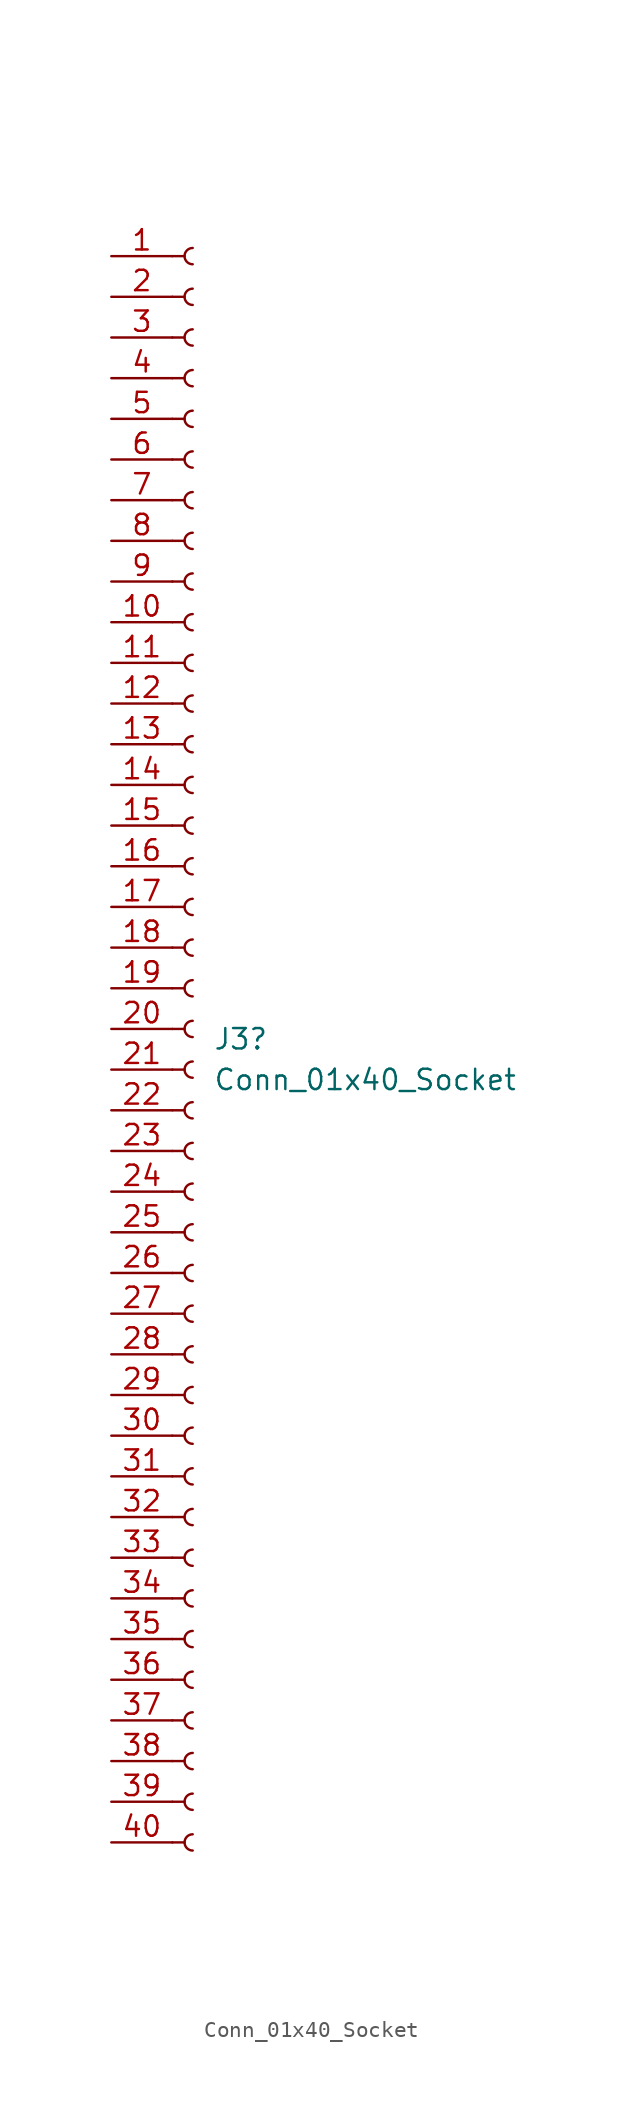
<source format=kicad_sym>
(kicad_symbol_lib
  (version 20220914)
  (generator kicad_symbol_editor)
  (symbol "Conn_01x40_Socket"
    (pin_names
      (offset 1.016) hide)
    (property "Reference" "J3"
      (at 1.27 -0.635 0)
      (effects (font (size 1.27 1.27)) (justify left)))
    (property "Value" "Conn_01x40_Socket"
      (at 1.27 -3.175 0)
      (effects (font (size 1.27 1.27)) (justify left)))
    (property "ki_locked" ""
      (at 0 0 0)
      (effects (font (size 1.27 1.27))))
    (symbol "Conn_01x40_Socket_1_1"
      (arc (start 0 -50.292) (mid -0.5058 -50.8) (end 0 -51.308) (stroke (width 0.1524) (type default)) (fill (type none)))
      (arc (start 0 -47.752) (mid -0.5058 -48.26) (end 0 -48.768) (stroke (width 0.1524) (type default)) (fill (type none)))
      (arc (start 0 -45.212) (mid -0.5058 -45.72) (end 0 -46.228) (stroke (width 0.1524) (type default)) (fill (type none)))
      (arc (start 0 -42.672) (mid -0.5058 -43.18) (end 0 -43.688) (stroke (width 0.1524) (type default)) (fill (type none)))
      (arc (start 0 -40.132) (mid -0.5058 -40.64) (end 0 -41.148) (stroke (width 0.1524) (type default)) (fill (type none)))
      (arc (start 0 -37.592) (mid -0.5058 -38.1) (end 0 -38.608) (stroke (width 0.1524) (type default)) (fill (type none)))
      (arc (start 0 -35.052) (mid -0.5058 -35.56) (end 0 -36.068) (stroke (width 0.1524) (type default)) (fill (type none)))
      (arc (start 0 -32.512) (mid -0.5058 -33.02) (end 0 -33.528) (stroke (width 0.1524) (type default)) (fill (type none)))
      (arc (start 0 -29.972) (mid -0.5058 -30.48) (end 0 -30.988) (stroke (width 0.1524) (type default)) (fill (type none)))
      (arc (start 0 -27.432) (mid -0.5058 -27.94) (end 0 -28.448) (stroke (width 0.1524) (type default)) (fill (type none)))
      (arc (start 0 -24.892) (mid -0.5058 -25.4) (end 0 -25.908) (stroke (width 0.1524) (type default)) (fill (type none)))
      (arc (start 0 -22.352) (mid -0.5058 -22.86) (end 0 -23.368) (stroke (width 0.1524) (type default)) (fill (type none)))
      (arc (start 0 -19.812) (mid -0.5058 -20.32) (end 0 -20.828) (stroke (width 0.1524) (type default)) (fill (type none)))
      (arc (start 0 -17.272) (mid -0.5058 -17.78) (end 0 -18.288) (stroke (width 0.1524) (type default)) (fill (type none)))
      (arc (start 0 -14.732) (mid -0.5058 -15.24) (end 0 -15.748) (stroke (width 0.1524) (type default)) (fill (type none)))
      (arc (start 0 -12.192) (mid -0.5058 -12.7) (end 0 -13.208) (stroke (width 0.1524) (type default)) (fill (type none)))
      (arc (start 0 -9.652) (mid -0.5058 -10.16) (end 0 -10.668) (stroke (width 0.1524) (type default)) (fill (type none)))
      (arc (start 0 -7.112) (mid -0.5058 -7.62) (end 0 -8.128) (stroke (width 0.1524) (type default)) (fill (type none)))
      (arc (start 0 -4.572) (mid -0.5058 -5.08) (end 0 -5.588) (stroke (width 0.1524) (type default)) (fill (type none)))
      (arc (start 0 -2.032) (mid -0.5058 -2.54) (end 0 -3.048) (stroke (width 0.1524) (type default)) (fill (type none)))
      (polyline (pts (xy -1.27 -50.8) (xy -0.508 -50.8)) (stroke (width 0.152) (type default)) (fill (type none)))
      (polyline (pts (xy -1.27 -48.26) (xy -0.508 -48.26)) (stroke (width 0.152) (type default)) (fill (type none)))
      (polyline (pts (xy -1.27 -45.72) (xy -0.508 -45.72)) (stroke (width 0.152) (type default)) (fill (type none)))
      (polyline (pts (xy -1.27 -43.18) (xy -0.508 -43.18)) (stroke (width 0.152) (type default)) (fill (type none)))
      (polyline (pts (xy -1.27 -40.64) (xy -0.508 -40.64)) (stroke (width 0.152) (type default)) (fill (type none)))
      (polyline (pts (xy -1.27 -38.1) (xy -0.508 -38.1)) (stroke (width 0.152) (type default)) (fill (type none)))
      (polyline (pts (xy -1.27 -35.56) (xy -0.508 -35.56)) (stroke (width 0.152) (type default)) (fill (type none)))
      (polyline (pts (xy -1.27 -33.02) (xy -0.508 -33.02)) (stroke (width 0.152) (type default)) (fill (type none)))
      (polyline (pts (xy -1.27 -30.48) (xy -0.508 -30.48)) (stroke (width 0.152) (type default)) (fill (type none)))
      (polyline (pts (xy -1.27 -27.94) (xy -0.508 -27.94)) (stroke (width 0.152) (type default)) (fill (type none)))
      (polyline (pts (xy -1.27 -25.4) (xy -0.508 -25.4)) (stroke (width 0.152) (type default)) (fill (type none)))
      (polyline (pts (xy -1.27 -22.86) (xy -0.508 -22.86)) (stroke (width 0.152) (type default)) (fill (type none)))
      (polyline (pts (xy -1.27 -20.32) (xy -0.508 -20.32)) (stroke (width 0.152) (type default)) (fill (type none)))
      (polyline (pts (xy -1.27 -17.78) (xy -0.508 -17.78)) (stroke (width 0.152) (type default)) (fill (type none)))
      (polyline (pts (xy -1.27 -15.24) (xy -0.508 -15.24)) (stroke (width 0.152) (type default)) (fill (type none)))
      (polyline (pts (xy -1.27 -12.7) (xy -0.508 -12.7)) (stroke (width 0.152) (type default)) (fill (type none)))
      (polyline (pts (xy -1.27 -10.16) (xy -0.508 -10.16)) (stroke (width 0.152) (type default)) (fill (type none)))
      (polyline (pts (xy -1.27 -7.62) (xy -0.508 -7.62)) (stroke (width 0.152) (type default)) (fill (type none)))
      (polyline (pts (xy -1.27 -5.08) (xy -0.508 -5.08)) (stroke (width 0.152) (type default)) (fill (type none)))
      (polyline (pts (xy -1.27 -2.54) (xy -0.508 -2.54)) (stroke (width 0.152) (type default)) (fill (type none)))
      (polyline (pts (xy -1.27 0) (xy -0.508 0)) (stroke (width 0.152) (type default)) (fill (type none)))
      (polyline (pts (xy -1.27 2.54) (xy -0.508 2.54)) (stroke (width 0.152) (type default)) (fill (type none)))
      (polyline (pts (xy -1.27 5.08) (xy -0.508 5.08)) (stroke (width 0.152) (type default)) (fill (type none)))
      (polyline (pts (xy -1.27 7.62) (xy -0.508 7.62)) (stroke (width 0.152) (type default)) (fill (type none)))
      (polyline (pts (xy -1.27 10.16) (xy -0.508 10.16)) (stroke (width 0.152) (type default)) (fill (type none)))
      (polyline (pts (xy -1.27 12.7) (xy -0.508 12.7)) (stroke (width 0.152) (type default)) (fill (type none)))
      (polyline (pts (xy -1.27 15.24) (xy -0.508 15.24)) (stroke (width 0.152) (type default)) (fill (type none)))
      (polyline (pts (xy -1.27 17.78) (xy -0.508 17.78)) (stroke (width 0.152) (type default)) (fill (type none)))
      (polyline (pts (xy -1.27 20.32) (xy -0.508 20.32)) (stroke (width 0.152) (type default)) (fill (type none)))
      (polyline (pts (xy -1.27 22.86) (xy -0.508 22.86)) (stroke (width 0.152) (type default)) (fill (type none)))
      (polyline (pts (xy -1.27 25.4) (xy -0.508 25.4)) (stroke (width 0.152) (type default)) (fill (type none)))
      (polyline (pts (xy -1.27 27.94) (xy -0.508 27.94)) (stroke (width 0.152) (type default)) (fill (type none)))
      (polyline (pts (xy -1.27 30.48) (xy -0.508 30.48)) (stroke (width 0.152) (type default)) (fill (type none)))
      (polyline (pts (xy -1.27 33.02) (xy -0.508 33.02)) (stroke (width 0.152) (type default)) (fill (type none)))
      (polyline (pts (xy -1.27 35.56) (xy -0.508 35.56)) (stroke (width 0.152) (type default)) (fill (type none)))
      (polyline (pts (xy -1.27 38.1) (xy -0.508 38.1)) (stroke (width 0.152) (type default)) (fill (type none)))
      (polyline (pts (xy -1.27 40.64) (xy -0.508 40.64)) (stroke (width 0.152) (type default)) (fill (type none)))
      (polyline (pts (xy -1.27 43.18) (xy -0.508 43.18)) (stroke (width 0.152) (type default)) (fill (type none)))
      (polyline (pts (xy -1.27 45.72) (xy -0.508 45.72)) (stroke (width 0.152) (type default)) (fill (type none)))
      (polyline (pts (xy -1.27 48.26) (xy -0.508 48.26)) (stroke (width 0.152) (type default)) (fill (type none)))
      (arc (start 0 0.508) (mid -0.5058 0) (end 0 -0.508) (stroke (width 0.1524) (type default)) (fill (type none)))
      (arc (start 0 3.048) (mid -0.5058 2.54) (end 0 2.032) (stroke (width 0.1524) (type default)) (fill (type none)))
      (arc (start 0 5.588) (mid -0.5058 5.08) (end 0 4.572) (stroke (width 0.1524) (type default)) (fill (type none)))
      (arc (start 0 8.128) (mid -0.5058 7.62) (end 0 7.112) (stroke (width 0.1524) (type default)) (fill (type none)))
      (arc (start 0 10.668) (mid -0.5058 10.16) (end 0 9.652) (stroke (width 0.1524) (type default)) (fill (type none)))
      (arc (start 0 13.208) (mid -0.5058 12.7) (end 0 12.192) (stroke (width 0.1524) (type default)) (fill (type none)))
      (arc (start 0 15.748) (mid -0.5058 15.24) (end 0 14.732) (stroke (width 0.1524) (type default)) (fill (type none)))
      (arc (start 0 18.288) (mid -0.5058 17.78) (end 0 17.272) (stroke (width 0.1524) (type default)) (fill (type none)))
      (arc (start 0 20.828) (mid -0.5058 20.32) (end 0 19.812) (stroke (width 0.1524) (type default)) (fill (type none)))
      (arc (start 0 23.368) (mid -0.5058 22.86) (end 0 22.352) (stroke (width 0.1524) (type default)) (fill (type none)))
      (arc (start 0 25.908) (mid -0.5058 25.4) (end 0 24.892) (stroke (width 0.1524) (type default)) (fill (type none)))
      (arc (start 0 28.448) (mid -0.5058 27.94) (end 0 27.432) (stroke (width 0.1524) (type default)) (fill (type none)))
      (arc (start 0 30.988) (mid -0.5058 30.48) (end 0 29.972) (stroke (width 0.1524) (type default)) (fill (type none)))
      (arc (start 0 33.528) (mid -0.5058 33.02) (end 0 32.512) (stroke (width 0.1524) (type default)) (fill (type none)))
      (arc (start 0 36.068) (mid -0.5058 35.56) (end 0 35.052) (stroke (width 0.1524) (type default)) (fill (type none)))
      (arc (start 0 38.608) (mid -0.5058 38.1) (end 0 37.592) (stroke (width 0.1524) (type default)) (fill (type none)))
      (arc (start 0 41.148) (mid -0.5058 40.64) (end 0 40.132) (stroke (width 0.1524) (type default)) (fill (type none)))
      (arc (start 0 43.688) (mid -0.5058 43.18) (end 0 42.672) (stroke (width 0.1524) (type default)) (fill (type none)))
      (arc (start 0 46.228) (mid -0.5058 45.72) (end 0 45.212) (stroke (width 0.1524) (type default)) (fill (type none)))
      (arc (start 0 48.768) (mid -0.5058 48.26) (end 0 47.752) (stroke (width 0.1524) (type default)) (fill (type none)))
      (pin passive line (at -5.08 48.26 0) (length 3.81) (name "Pin_1" (effects (font (size 1.27 1.27)))) (number "1" (effects (font (size 1.27 1.27)))))
      (pin passive line (at -5.08 25.4 0) (length 3.81) (name "Pin_10" (effects (font (size 1.27 1.27)))) (number "10" (effects (font (size 1.27 1.27)))))
      (pin passive line (at -5.08 22.86 0) (length 3.81) (name "Pin_11" (effects (font (size 1.27 1.27)))) (number "11" (effects (font (size 1.27 1.27)))))
      (pin passive line (at -5.08 20.32 0) (length 3.81) (name "Pin_12" (effects (font (size 1.27 1.27)))) (number "12" (effects (font (size 1.27 1.27)))))
      (pin passive line (at -5.08 17.78 0) (length 3.81) (name "Pin_13" (effects (font (size 1.27 1.27)))) (number "13" (effects (font (size 1.27 1.27)))))
      (pin passive line (at -5.08 15.24 0) (length 3.81) (name "Pin_14" (effects (font (size 1.27 1.27)))) (number "14" (effects (font (size 1.27 1.27)))))
      (pin passive line (at -5.08 12.7 0) (length 3.81) (name "Pin_15" (effects (font (size 1.27 1.27)))) (number "15" (effects (font (size 1.27 1.27)))))
      (pin passive line (at -5.08 10.16 0) (length 3.81) (name "Pin_16" (effects (font (size 1.27 1.27)))) (number "16" (effects (font (size 1.27 1.27)))))
      (pin passive line (at -5.08 7.62 0) (length 3.81) (name "Pin_17" (effects (font (size 1.27 1.27)))) (number "17" (effects (font (size 1.27 1.27)))))
      (pin passive line (at -5.08 5.08 0) (length 3.81) (name "Pin_18" (effects (font (size 1.27 1.27)))) (number "18" (effects (font (size 1.27 1.27)))))
      (pin passive line (at -5.08 2.54 0) (length 3.81) (name "Pin_19" (effects (font (size 1.27 1.27)))) (number "19" (effects (font (size 1.27 1.27)))))
      (pin passive line (at -5.08 45.72 0) (length 3.81) (name "Pin_2" (effects (font (size 1.27 1.27)))) (number "2" (effects (font (size 1.27 1.27)))))
      (pin passive line (at -5.08 0 0) (length 3.81) (name "Pin_20" (effects (font (size 1.27 1.27)))) (number "20" (effects (font (size 1.27 1.27)))))
      (pin passive line (at -5.08 -2.54 0) (length 3.81) (name "Pin_21" (effects (font (size 1.27 1.27)))) (number "21" (effects (font (size 1.27 1.27)))))
      (pin passive line (at -5.08 -5.08 0) (length 3.81) (name "Pin_22" (effects (font (size 1.27 1.27)))) (number "22" (effects (font (size 1.27 1.27)))))
      (pin passive line (at -5.08 -7.62 0) (length 3.81) (name "Pin_23" (effects (font (size 1.27 1.27)))) (number "23" (effects (font (size 1.27 1.27)))))
      (pin passive line (at -5.08 -10.16 0) (length 3.81) (name "Pin_24" (effects (font (size 1.27 1.27)))) (number "24" (effects (font (size 1.27 1.27)))))
      (pin passive line (at -5.08 -12.7 0) (length 3.81) (name "Pin_25" (effects (font (size 1.27 1.27)))) (number "25" (effects (font (size 1.27 1.27)))))
      (pin passive line (at -5.08 -15.24 0) (length 3.81) (name "Pin_26" (effects (font (size 1.27 1.27)))) (number "26" (effects (font (size 1.27 1.27)))))
      (pin passive line (at -5.08 -17.78 0) (length 3.81) (name "Pin_27" (effects (font (size 1.27 1.27)))) (number "27" (effects (font (size 1.27 1.27)))))
      (pin passive line (at -5.08 -20.32 0) (length 3.81) (name "Pin_28" (effects (font (size 1.27 1.27)))) (number "28" (effects (font (size 1.27 1.27)))))
      (pin passive line (at -5.08 -22.86 0) (length 3.81) (name "Pin_29" (effects (font (size 1.27 1.27)))) (number "29" (effects (font (size 1.27 1.27)))))
      (pin passive line (at -5.08 43.18 0) (length 3.81) (name "Pin_3" (effects (font (size 1.27 1.27)))) (number "3" (effects (font (size 1.27 1.27)))))
      (pin passive line (at -5.08 -25.4 0) (length 3.81) (name "Pin_30" (effects (font (size 1.27 1.27)))) (number "30" (effects (font (size 1.27 1.27)))))
      (pin passive line (at -5.08 -27.94 0) (length 3.81) (name "Pin_31" (effects (font (size 1.27 1.27)))) (number "31" (effects (font (size 1.27 1.27)))))
      (pin passive line (at -5.08 -30.48 0) (length 3.81) (name "Pin_32" (effects (font (size 1.27 1.27)))) (number "32" (effects (font (size 1.27 1.27)))))
      (pin passive line (at -5.08 -33.02 0) (length 3.81) (name "Pin_33" (effects (font (size 1.27 1.27)))) (number "33" (effects (font (size 1.27 1.27)))))
      (pin passive line (at -5.08 -35.56 0) (length 3.81) (name "Pin_34" (effects (font (size 1.27 1.27)))) (number "34" (effects (font (size 1.27 1.27)))))
      (pin passive line (at -5.08 -38.1 0) (length 3.81) (name "Pin_35" (effects (font (size 1.27 1.27)))) (number "35" (effects (font (size 1.27 1.27)))))
      (pin passive line (at -5.08 -40.64 0) (length 3.81) (name "Pin_36" (effects (font (size 1.27 1.27)))) (number "36" (effects (font (size 1.27 1.27)))))
      (pin passive line (at -5.08 -43.18 0) (length 3.81) (name "Pin_37" (effects (font (size 1.27 1.27)))) (number "37" (effects (font (size 1.27 1.27)))))
      (pin passive line (at -5.08 -45.72 0) (length 3.81) (name "Pin_38" (effects (font (size 1.27 1.27)))) (number "38" (effects (font (size 1.27 1.27)))))
      (pin passive line (at -5.08 -48.26 0) (length 3.81) (name "Pin_39" (effects (font (size 1.27 1.27)))) (number "39" (effects (font (size 1.27 1.27)))))
      (pin passive line (at -5.08 40.64 0) (length 3.81) (name "Pin_4" (effects (font (size 1.27 1.27)))) (number "4" (effects (font (size 1.27 1.27)))))
      (pin passive line (at -5.08 -50.8 0) (length 3.81) (name "Pin_40" (effects (font (size 1.27 1.27)))) (number "40" (effects (font (size 1.27 1.27)))))
      (pin passive line (at -5.08 38.1 0) (length 3.81) (name "Pin_5" (effects (font (size 1.27 1.27)))) (number "5" (effects (font (size 1.27 1.27)))))
      (pin passive line (at -5.08 35.56 0) (length 3.81) (name "Pin_6" (effects (font (size 1.27 1.27)))) (number "6" (effects (font (size 1.27 1.27)))))
      (pin passive line (at -5.08 33.02 0) (length 3.81) (name "Pin_7" (effects (font (size 1.27 1.27)))) (number "7" (effects (font (size 1.27 1.27)))))
      (pin passive line (at -5.08 30.48 0) (length 3.81) (name "Pin_8" (effects (font (size 1.27 1.27)))) (number "8" (effects (font (size 1.27 1.27)))))
      (pin passive line (at -5.08 27.94 0) (length 3.81) (name "Pin_9" (effects (font (size 1.27 1.27)))) (number "9" (effects (font (size 1.27 1.27))))))))
</source>
